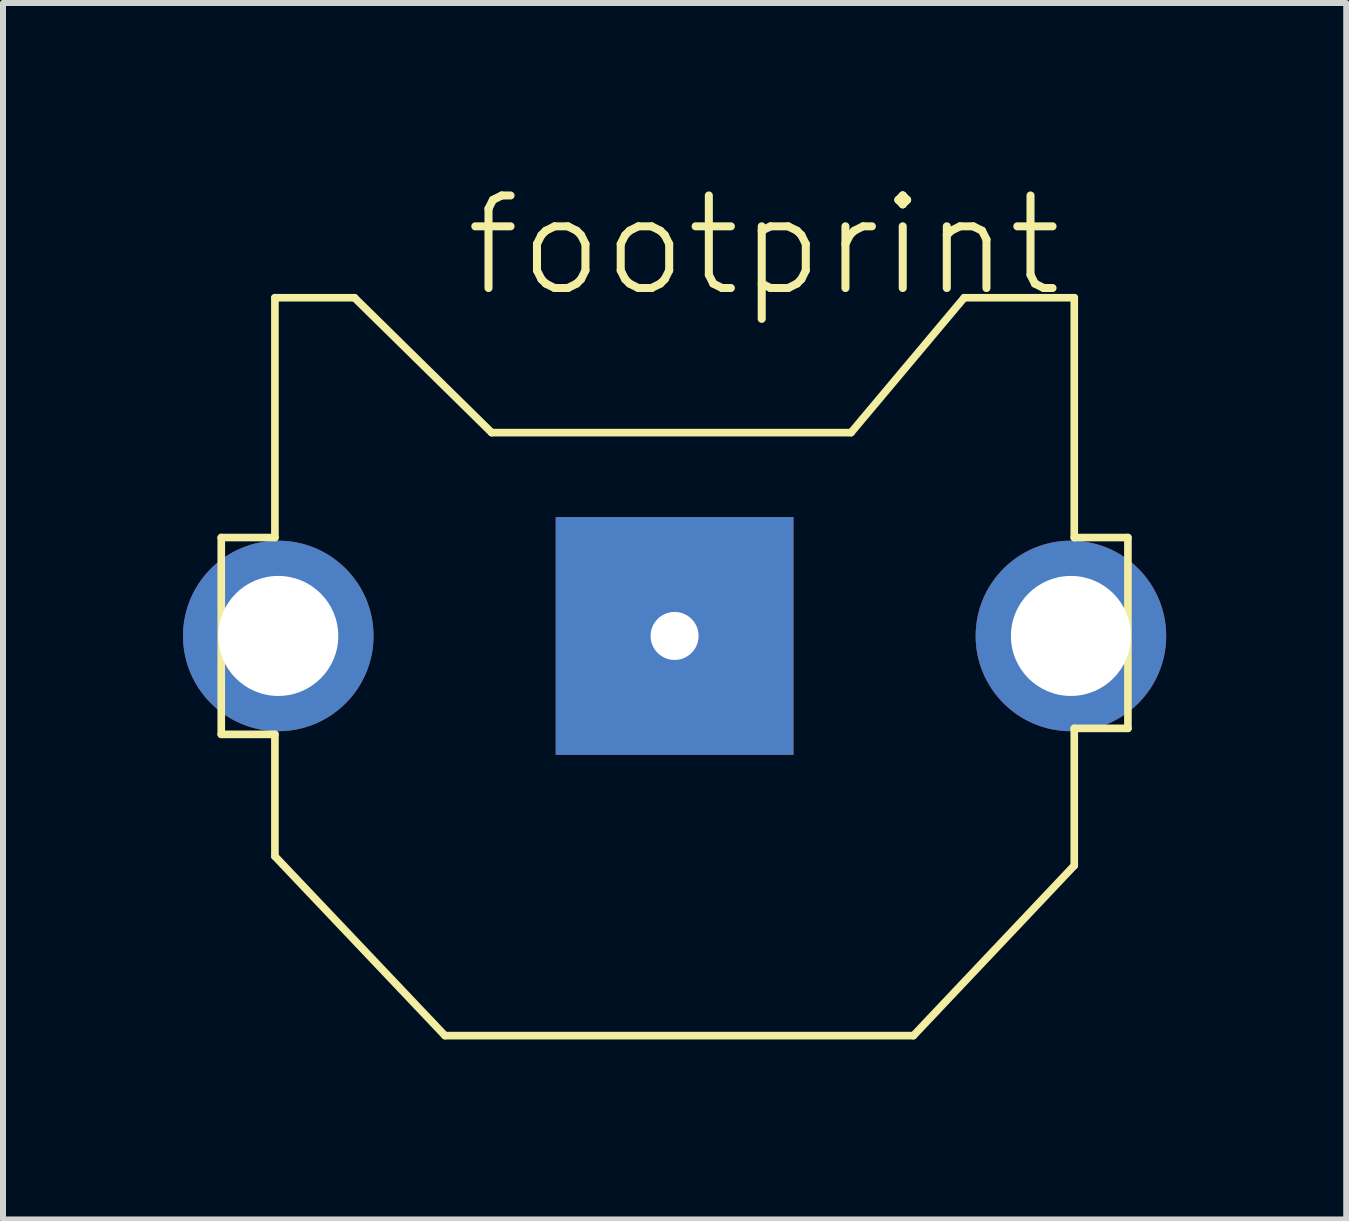
<source format=kicad_pcb>
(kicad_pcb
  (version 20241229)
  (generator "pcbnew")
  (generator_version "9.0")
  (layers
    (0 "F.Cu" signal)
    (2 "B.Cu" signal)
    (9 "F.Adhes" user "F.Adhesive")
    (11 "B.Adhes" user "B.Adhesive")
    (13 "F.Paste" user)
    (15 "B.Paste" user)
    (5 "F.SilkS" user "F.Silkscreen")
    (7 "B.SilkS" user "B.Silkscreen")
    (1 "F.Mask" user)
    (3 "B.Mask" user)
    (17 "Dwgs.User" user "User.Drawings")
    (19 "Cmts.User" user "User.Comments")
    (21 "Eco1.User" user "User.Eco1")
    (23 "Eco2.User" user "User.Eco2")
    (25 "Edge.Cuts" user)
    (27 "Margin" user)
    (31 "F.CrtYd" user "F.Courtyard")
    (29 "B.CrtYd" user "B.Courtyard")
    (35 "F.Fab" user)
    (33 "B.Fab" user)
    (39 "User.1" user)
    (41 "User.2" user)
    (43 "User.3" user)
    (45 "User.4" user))
  (footprint "footprint"
    (layer "F.Cu")
    (at 8.191 7.547)
    (property "Reference" "footprint" (at -3.556 -5.602 0) (layer "F.SilkS") (effects (font (size 1.542 1.542) (thickness 0.134)) (justify left bottom)))
    (fp_line (start -7.554 -1.64) (end -7.554 1.64) (stroke (width 0.127) (type solid)) (layer "F.SilkS"))
    (fp_line (start -7.554 1.64) (end -6.66 1.64) (stroke (width 0.127) (type solid)) (layer "F.SilkS"))
    (fp_line (start -6.66 -5.636) (end -6.66 -1.64) (stroke (width 0.127) (type solid)) (layer "F.SilkS"))
    (fp_line (start -6.66 -1.64) (end -7.554 -1.64) (stroke (width 0.127) (type solid)) (layer "F.SilkS"))
    (fp_line (start -6.66 1.64) (end -6.66 3.672) (stroke (width 0.127) (type solid)) (layer "F.SilkS"))
    (fp_line (start -6.66 3.672) (end -3.826 6.66) (stroke (width 0.127) (type solid)) (layer "F.SilkS"))
    (fp_line (start -5.334 -5.636) (end -6.66 -5.636) (stroke (width 0.127) (type solid)) (layer "F.SilkS"))
    (fp_line (start -3.826 6.66) (end 3.98 6.66) (stroke (width 0.127) (type solid)) (layer "F.SilkS"))
    (fp_line (start -3.048 -3.388) (end -5.334 -5.636) (stroke (width 0.127) (type solid)) (layer "F.SilkS"))
    (fp_line (start 2.94 -3.388) (end -3.048 -3.388) (stroke (width 0.127) (type solid)) (layer "F.SilkS"))
    (fp_line (start 3.98 6.66) (end 6.66 3.826) (stroke (width 0.127) (type solid)) (layer "F.SilkS"))
    (fp_line (start 4.826 -5.636) (end 2.94 -3.388) (stroke (width 0.127) (type solid)) (layer "F.SilkS"))
    (fp_line (start 6.66 -5.636) (end 4.826 -5.636) (stroke (width 0.127) (type solid)) (layer "F.SilkS"))
    (fp_line (start 6.66 -1.64) (end 6.66 -5.636) (stroke (width 0.127) (type solid)) (layer "F.SilkS"))
    (fp_line (start 6.66 1.54) (end 7.554 1.54) (stroke (width 0.127) (type solid)) (layer "F.SilkS"))
    (fp_line (start 6.66 3.826) (end 6.66 1.54) (stroke (width 0.127) (type solid)) (layer "F.SilkS"))
    (fp_line (start 7.554 -1.64) (end 6.66 -1.64) (stroke (width 0.127) (type solid)) (layer "F.SilkS"))
    (fp_line (start 7.554 1.54) (end 7.554 -1.64) (stroke (width 0.127) (type solid)) (layer "F.SilkS"))
    (pad "+1" thru_hole circle (at -6.604 0) (size 3.175 3.175) (drill 2) (layers "*.Cu" "*.Mask"))
    (pad "+2" thru_hole circle (at 6.604 0) (size 3.175 3.175) (drill 2) (layers "*.Cu" "*.Mask"))
    (pad "-" thru_hole rect (at 0 0) (size 3.962 3.962) (drill 0.8) (layers "*.Cu" "*.Mask")))
  (gr_rect
    (start -3 -3)
    (end 19.383 17.27)
    (stroke (width 0.1) (type default))
    (fill no)
    (layer "Edge.Cuts")))
</source>
